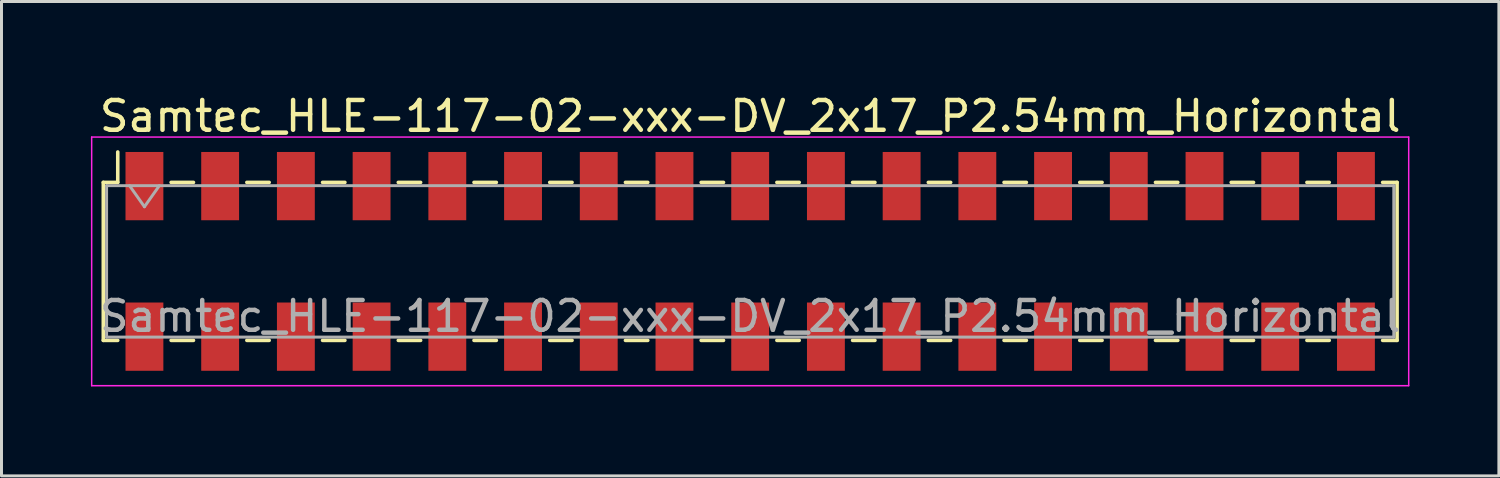
<source format=kicad_pcb>
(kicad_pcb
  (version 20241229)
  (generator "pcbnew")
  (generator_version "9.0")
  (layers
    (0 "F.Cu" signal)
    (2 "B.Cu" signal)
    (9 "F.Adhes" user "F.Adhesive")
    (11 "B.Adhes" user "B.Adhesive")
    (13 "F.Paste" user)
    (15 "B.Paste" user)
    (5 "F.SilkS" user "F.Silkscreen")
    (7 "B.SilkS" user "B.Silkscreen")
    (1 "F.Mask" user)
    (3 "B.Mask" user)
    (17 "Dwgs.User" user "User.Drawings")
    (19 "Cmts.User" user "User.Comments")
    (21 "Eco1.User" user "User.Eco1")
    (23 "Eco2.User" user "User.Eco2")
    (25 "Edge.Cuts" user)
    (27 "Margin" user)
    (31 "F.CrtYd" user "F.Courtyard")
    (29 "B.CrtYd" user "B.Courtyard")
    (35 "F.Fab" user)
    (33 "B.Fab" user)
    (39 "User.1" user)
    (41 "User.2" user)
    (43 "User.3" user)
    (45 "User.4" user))
  (footprint "Samtec_HLE-117-02-xxx-DV_2x17_P2.54mm_Horizontal"
    (layer "F.Cu")
    (at 22.115 5.718)
    (property "Reference" "Samtec_HLE-117-02-xxx-DV_2x17_P2.54mm_Horizontal" (at 0 -4.87 0) (layer "F.SilkS") (effects (font (size 1 1) (thickness 0.15))))
    (attr smd)
    (fp_line (start -21.7 -2.65) (end -21.7 2.65) (stroke (width 0.12) (type solid)) (layer "F.SilkS"))
    (fp_line (start -21.7 2.65) (end -21.215 2.65) (stroke (width 0.12) (type solid)) (layer "F.SilkS"))
    (fp_line (start -21.215 -3.67) (end -21.215 -2.65) (stroke (width 0.12) (type solid)) (layer "F.SilkS"))
    (fp_line (start -21.215 -2.65) (end -21.7 -2.65) (stroke (width 0.12) (type solid)) (layer "F.SilkS"))
    (fp_line (start -19.425 -2.65) (end -18.675 -2.65) (stroke (width 0.12) (type solid)) (layer "F.SilkS"))
    (fp_line (start -19.425 2.65) (end -18.675 2.65) (stroke (width 0.12) (type solid)) (layer "F.SilkS"))
    (fp_line (start -16.885 -2.65) (end -16.135 -2.65) (stroke (width 0.12) (type solid)) (layer "F.SilkS"))
    (fp_line (start -16.885 2.65) (end -16.135 2.65) (stroke (width 0.12) (type solid)) (layer "F.SilkS"))
    (fp_line (start -14.345 -2.65) (end -13.595 -2.65) (stroke (width 0.12) (type solid)) (layer "F.SilkS"))
    (fp_line (start -14.345 2.65) (end -13.595 2.65) (stroke (width 0.12) (type solid)) (layer "F.SilkS"))
    (fp_line (start -11.805 -2.65) (end -11.055 -2.65) (stroke (width 0.12) (type solid)) (layer "F.SilkS"))
    (fp_line (start -11.805 2.65) (end -11.055 2.65) (stroke (width 0.12) (type solid)) (layer "F.SilkS"))
    (fp_line (start -9.265 -2.65) (end -8.515 -2.65) (stroke (width 0.12) (type solid)) (layer "F.SilkS"))
    (fp_line (start -9.265 2.65) (end -8.515 2.65) (stroke (width 0.12) (type solid)) (layer "F.SilkS"))
    (fp_line (start -6.725 -2.65) (end -5.975 -2.65) (stroke (width 0.12) (type solid)) (layer "F.SilkS"))
    (fp_line (start -6.725 2.65) (end -5.975 2.65) (stroke (width 0.12) (type solid)) (layer "F.SilkS"))
    (fp_line (start -4.185 -2.65) (end -3.435 -2.65) (stroke (width 0.12) (type solid)) (layer "F.SilkS"))
    (fp_line (start -4.185 2.65) (end -3.435 2.65) (stroke (width 0.12) (type solid)) (layer "F.SilkS"))
    (fp_line (start -1.645 -2.65) (end -0.895 -2.65) (stroke (width 0.12) (type solid)) (layer "F.SilkS"))
    (fp_line (start -1.645 2.65) (end -0.895 2.65) (stroke (width 0.12) (type solid)) (layer "F.SilkS"))
    (fp_line (start 0.895 -2.65) (end 1.645 -2.65) (stroke (width 0.12) (type solid)) (layer "F.SilkS"))
    (fp_line (start 0.895 2.65) (end 1.645 2.65) (stroke (width 0.12) (type solid)) (layer "F.SilkS"))
    (fp_line (start 3.435 -2.65) (end 4.185 -2.65) (stroke (width 0.12) (type solid)) (layer "F.SilkS"))
    (fp_line (start 3.435 2.65) (end 4.185 2.65) (stroke (width 0.12) (type solid)) (layer "F.SilkS"))
    (fp_line (start 5.975 -2.65) (end 6.725 -2.65) (stroke (width 0.12) (type solid)) (layer "F.SilkS"))
    (fp_line (start 5.975 2.65) (end 6.725 2.65) (stroke (width 0.12) (type solid)) (layer "F.SilkS"))
    (fp_line (start 8.515 -2.65) (end 9.265 -2.65) (stroke (width 0.12) (type solid)) (layer "F.SilkS"))
    (fp_line (start 8.515 2.65) (end 9.265 2.65) (stroke (width 0.12) (type solid)) (layer "F.SilkS"))
    (fp_line (start 11.055 -2.65) (end 11.805 -2.65) (stroke (width 0.12) (type solid)) (layer "F.SilkS"))
    (fp_line (start 11.055 2.65) (end 11.805 2.65) (stroke (width 0.12) (type solid)) (layer "F.SilkS"))
    (fp_line (start 13.595 -2.65) (end 14.345 -2.65) (stroke (width 0.12) (type solid)) (layer "F.SilkS"))
    (fp_line (start 13.595 2.65) (end 14.345 2.65) (stroke (width 0.12) (type solid)) (layer "F.SilkS"))
    (fp_line (start 16.135 -2.65) (end 16.885 -2.65) (stroke (width 0.12) (type solid)) (layer "F.SilkS"))
    (fp_line (start 16.135 2.65) (end 16.885 2.65) (stroke (width 0.12) (type solid)) (layer "F.SilkS"))
    (fp_line (start 18.675 -2.65) (end 19.425 -2.65) (stroke (width 0.12) (type solid)) (layer "F.SilkS"))
    (fp_line (start 18.675 2.65) (end 19.425 2.65) (stroke (width 0.12) (type solid)) (layer "F.SilkS"))
    (fp_line (start 21.215 -2.65) (end 21.7 -2.65) (stroke (width 0.12) (type solid)) (layer "F.SilkS"))
    (fp_line (start 21.7 -2.65) (end 21.7 2.65) (stroke (width 0.12) (type solid)) (layer "F.SilkS"))
    (fp_line (start 21.7 2.65) (end 21.215 2.65) (stroke (width 0.12) (type solid)) (layer "F.SilkS"))
    (fp_line (start -22.09 -4.17) (end 22.09 -4.17) (stroke (width 0.05) (type solid)) (layer "F.CrtYd"))
    (fp_line (start -22.09 4.17) (end -22.09 -4.17) (stroke (width 0.05) (type solid)) (layer "F.CrtYd"))
    (fp_line (start 22.09 -4.17) (end 22.09 4.17) (stroke (width 0.05) (type solid)) (layer "F.CrtYd"))
    (fp_line (start 22.09 4.17) (end -22.09 4.17) (stroke (width 0.05) (type solid)) (layer "F.CrtYd"))
    (fp_line (start -21.59 -2.54) (end 21.59 -2.54) (stroke (width 0.1) (type solid)) (layer "F.Fab"))
    (fp_line (start -21.59 2.54) (end -21.59 -2.54) (stroke (width 0.1) (type solid)) (layer "F.Fab"))
    (fp_line (start -20.82 -2.54) (end -20.32 -1.833) (stroke (width 0.1) (type solid)) (layer "F.Fab"))
    (fp_line (start -20.32 -1.833) (end -19.82 -2.54) (stroke (width 0.1) (type solid)) (layer "F.Fab"))
    (fp_line (start 21.59 -2.54) (end 21.59 2.54) (stroke (width 0.1) (type solid)) (layer "F.Fab"))
    (fp_line (start 21.59 2.54) (end -21.59 2.54) (stroke (width 0.1) (type solid)) (layer "F.Fab"))
    (fp_text user "${REFERENCE}" (at 0 1.84 0) (layer "F.Fab") (effects (font (size 1 1) (thickness 0.15))))
    (pad "1" smd rect (at -20.32 -2.525) (size 1.27 2.29) (layers "F.Cu" "F.Mask" "F.Paste"))
    (pad "2" smd rect (at -20.32 2.525) (size 1.27 2.29) (layers "F.Cu" "F.Mask" "F.Paste"))
    (pad "3" smd rect (at -17.78 -2.525) (size 1.27 2.29) (layers "F.Cu" "F.Mask" "F.Paste"))
    (pad "4" smd rect (at -17.78 2.525) (size 1.27 2.29) (layers "F.Cu" "F.Mask" "F.Paste"))
    (pad "5" smd rect (at -15.24 -2.525) (size 1.27 2.29) (layers "F.Cu" "F.Mask" "F.Paste"))
    (pad "6" smd rect (at -15.24 2.525) (size 1.27 2.29) (layers "F.Cu" "F.Mask" "F.Paste"))
    (pad "7" smd rect (at -12.7 -2.525) (size 1.27 2.29) (layers "F.Cu" "F.Mask" "F.Paste"))
    (pad "8" smd rect (at -12.7 2.525) (size 1.27 2.29) (layers "F.Cu" "F.Mask" "F.Paste"))
    (pad "9" smd rect (at -10.16 -2.525) (size 1.27 2.29) (layers "F.Cu" "F.Mask" "F.Paste"))
    (pad "10" smd rect (at -10.16 2.525) (size 1.27 2.29) (layers "F.Cu" "F.Mask" "F.Paste"))
    (pad "11" smd rect (at -7.62 -2.525) (size 1.27 2.29) (layers "F.Cu" "F.Mask" "F.Paste"))
    (pad "12" smd rect (at -7.62 2.525) (size 1.27 2.29) (layers "F.Cu" "F.Mask" "F.Paste"))
    (pad "13" smd rect (at -5.08 -2.525) (size 1.27 2.29) (layers "F.Cu" "F.Mask" "F.Paste"))
    (pad "14" smd rect (at -5.08 2.525) (size 1.27 2.29) (layers "F.Cu" "F.Mask" "F.Paste"))
    (pad "15" smd rect (at -2.54 -2.525) (size 1.27 2.29) (layers "F.Cu" "F.Mask" "F.Paste"))
    (pad "16" smd rect (at -2.54 2.525) (size 1.27 2.29) (layers "F.Cu" "F.Mask" "F.Paste"))
    (pad "17" smd rect (at 0 -2.525) (size 1.27 2.29) (layers "F.Cu" "F.Mask" "F.Paste"))
    (pad "18" smd rect (at 0 2.525) (size 1.27 2.29) (layers "F.Cu" "F.Mask" "F.Paste"))
    (pad "19" smd rect (at 2.54 -2.525) (size 1.27 2.29) (layers "F.Cu" "F.Mask" "F.Paste"))
    (pad "20" smd rect (at 2.54 2.525) (size 1.27 2.29) (layers "F.Cu" "F.Mask" "F.Paste"))
    (pad "21" smd rect (at 5.08 -2.525) (size 1.27 2.29) (layers "F.Cu" "F.Mask" "F.Paste"))
    (pad "22" smd rect (at 5.08 2.525) (size 1.27 2.29) (layers "F.Cu" "F.Mask" "F.Paste"))
    (pad "23" smd rect (at 7.62 -2.525) (size 1.27 2.29) (layers "F.Cu" "F.Mask" "F.Paste"))
    (pad "24" smd rect (at 7.62 2.525) (size 1.27 2.29) (layers "F.Cu" "F.Mask" "F.Paste"))
    (pad "25" smd rect (at 10.16 -2.525) (size 1.27 2.29) (layers "F.Cu" "F.Mask" "F.Paste"))
    (pad "26" smd rect (at 10.16 2.525) (size 1.27 2.29) (layers "F.Cu" "F.Mask" "F.Paste"))
    (pad "27" smd rect (at 12.7 -2.525) (size 1.27 2.29) (layers "F.Cu" "F.Mask" "F.Paste"))
    (pad "28" smd rect (at 12.7 2.525) (size 1.27 2.29) (layers "F.Cu" "F.Mask" "F.Paste"))
    (pad "29" smd rect (at 15.24 -2.525) (size 1.27 2.29) (layers "F.Cu" "F.Mask" "F.Paste"))
    (pad "30" smd rect (at 15.24 2.525) (size 1.27 2.29) (layers "F.Cu" "F.Mask" "F.Paste"))
    (pad "31" smd rect (at 17.78 -2.525) (size 1.27 2.29) (layers "F.Cu" "F.Mask" "F.Paste"))
    (pad "32" smd rect (at 17.78 2.525) (size 1.27 2.29) (layers "F.Cu" "F.Mask" "F.Paste"))
    (pad "33" smd rect (at 20.32 -2.525) (size 1.27 2.29) (layers "F.Cu" "F.Mask" "F.Paste"))
    (pad "34" smd rect (at 20.32 2.525) (size 1.27 2.29) (layers "F.Cu" "F.Mask" "F.Paste")))
  (gr_rect
    (start -3 -3)
    (end 47.23 12.913)
    (stroke (width 0.1) (type default))
    (fill no)
    (layer "Edge.Cuts")))
</source>
